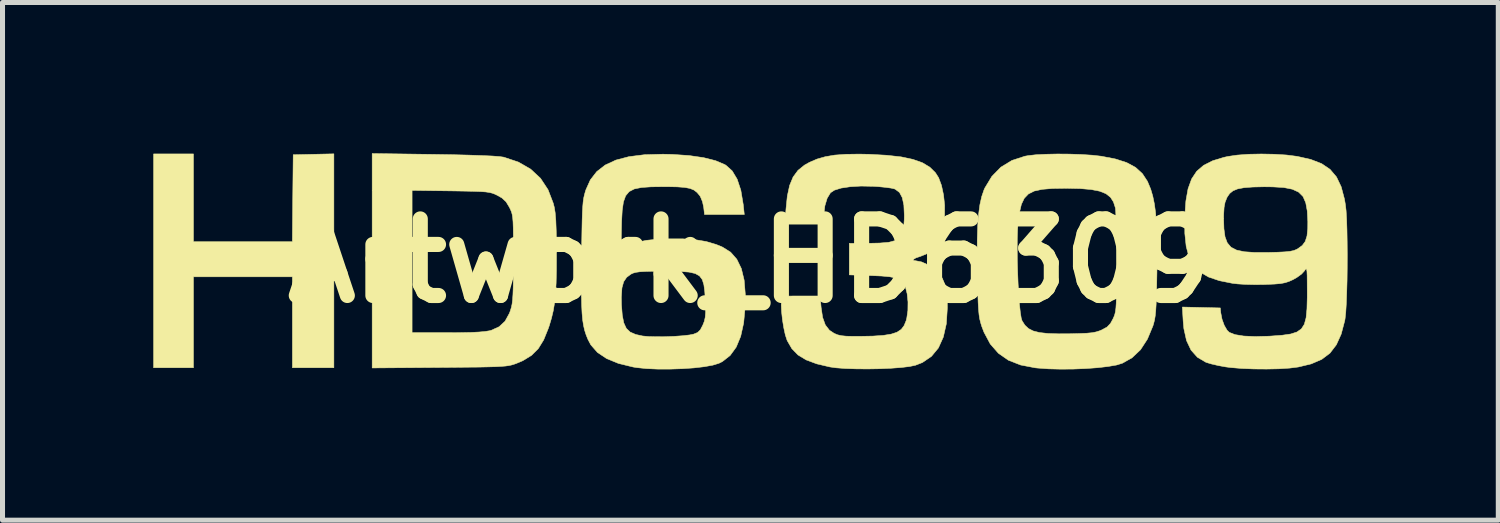
<source format=kicad_pcb>
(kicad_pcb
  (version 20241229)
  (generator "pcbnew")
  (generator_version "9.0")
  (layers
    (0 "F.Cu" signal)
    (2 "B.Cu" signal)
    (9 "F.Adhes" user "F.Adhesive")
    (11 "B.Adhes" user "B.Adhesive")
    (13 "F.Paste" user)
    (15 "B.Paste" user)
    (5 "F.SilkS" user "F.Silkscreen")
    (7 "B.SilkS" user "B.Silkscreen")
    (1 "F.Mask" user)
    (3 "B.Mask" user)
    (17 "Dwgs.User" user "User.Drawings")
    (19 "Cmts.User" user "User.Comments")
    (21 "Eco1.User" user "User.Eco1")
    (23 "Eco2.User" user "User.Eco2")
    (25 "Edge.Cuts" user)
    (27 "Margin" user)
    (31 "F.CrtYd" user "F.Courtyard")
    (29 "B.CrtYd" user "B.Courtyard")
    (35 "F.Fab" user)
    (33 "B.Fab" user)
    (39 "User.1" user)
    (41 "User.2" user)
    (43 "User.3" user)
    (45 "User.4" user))
  (footprint "Artwork_HD6309"
    (layer "F.Cu")
    (at 11.88 2.14)
    (property "Reference" "Artwork_HD6309" (at 0 0 0) (layer "F.SilkS") (effects (font (size 1.524 1.524) (thickness 0.3))))
    (attr through_hole)
    (fp_poly (pts (xy -8.287 2.127) (xy -9.112 2.127) (xy -9.112 0.318) (xy -11.081 0.318) (xy -11.081 2.127) (xy -11.874 2.127) (xy -11.874 -2.127) (xy -11.081 -2.127) (xy -11.081 -0.381) (xy -9.113 -0.381) (xy -9.105 -1.246) (xy -9.096 -2.111) (xy -8.692 -2.12) (xy -8.287 -2.129) (xy -8.287 2.127)) (stroke (width 0.01) (type solid)) (fill yes) (layer "F.SilkS"))
    (fp_poly (pts (xy -6.294 -2.118) (xy -5.925 -2.112) (xy -5.607 -2.104) (xy -5.345 -2.095) (xy -5.139 -2.086) (xy -4.993 -2.075) (xy -4.908 -2.063) (xy -4.905 -2.062) (xy -4.615 -1.965) (xy -4.372 -1.825) (xy -4.176 -1.643) (xy -4.026 -1.416) (xy -3.922 -1.146) (xy -3.901 -1.064) (xy -3.884 -0.957) (xy -3.871 -0.803) (xy -3.863 -0.596) (xy -3.859 -0.333) (xy -3.858 -0.111) (xy -3.859 0.192) (xy -3.865 0.442) (xy -3.877 0.651) (xy -3.895 0.829) (xy -3.921 0.988) (xy -3.957 1.139) (xy -4.002 1.291) (xy -4.021 1.346) (xy -4.113 1.573) (xy -4.221 1.748) (xy -4.355 1.881) (xy -4.527 1.986) (xy -4.656 2.041) (xy -4.704 2.058) (xy -4.751 2.072) (xy -4.806 2.084) (xy -4.873 2.093) (xy -4.96 2.1) (xy -5.072 2.106) (xy -5.218 2.11) (xy -5.402 2.114) (xy -5.631 2.116) (xy -5.912 2.119) (xy -6.183 2.121) (xy -7.525 2.131) (xy -7.525 1.429) (xy -6.731 1.429) (xy -6.022 1.429) (xy -5.761 1.428) (xy -5.555 1.424) (xy -5.396 1.416) (xy -5.277 1.405) (xy -5.189 1.391) (xy -5.156 1.382) (xy -4.999 1.311) (xy -4.881 1.201) (xy -4.794 1.042) (xy -4.773 0.984) (xy -4.755 0.924) (xy -4.741 0.857) (xy -4.731 0.775) (xy -4.724 0.669) (xy -4.719 0.53) (xy -4.716 0.351) (xy -4.715 0.122) (xy -4.715 -0.048) (xy -4.715 -0.303) (xy -4.716 -0.504) (xy -4.718 -0.657) (xy -4.722 -0.773) (xy -4.729 -0.858) (xy -4.739 -0.922) (xy -4.753 -0.973) (xy -4.772 -1.018) (xy -4.794 -1.064) (xy -4.861 -1.175) (xy -4.943 -1.251) (xy -5.032 -1.302) (xy -5.084 -1.327) (xy -5.134 -1.346) (xy -5.191 -1.36) (xy -5.264 -1.371) (xy -5.361 -1.378) (xy -5.493 -1.383) (xy -5.668 -1.387) (xy -5.895 -1.391) (xy -5.961 -1.392) (xy -6.731 -1.402) (xy -6.731 1.429) (xy -7.525 1.429) (xy -7.525 -2.135) (xy -6.294 -2.118)) (stroke (width 0.01) (type solid)) (fill yes) (layer "F.SilkS"))
    (fp_poly (pts (xy 6.351 -2.124) (xy 6.587 -2.116) (xy 6.802 -2.102) (xy 6.979 -2.082) (xy 6.985 -2.081) (xy 7.264 -2.027) (xy 7.487 -1.955) (xy 7.663 -1.86) (xy 7.799 -1.736) (xy 7.901 -1.581) (xy 7.965 -1.427) (xy 8.006 -1.288) (xy 8.038 -1.134) (xy 8.062 -0.959) (xy 8.079 -0.754) (xy 8.089 -0.511) (xy 8.093 -0.223) (xy 8.09 0.119) (xy 8.089 0.229) (xy 8.084 0.494) (xy 8.079 0.704) (xy 8.073 0.868) (xy 8.065 0.996) (xy 8.055 1.094) (xy 8.042 1.174) (xy 8.025 1.242) (xy 8.01 1.293) (xy 7.9 1.557) (xy 7.763 1.768) (xy 7.594 1.928) (xy 7.401 2.037) (xy 7.284 2.073) (xy 7.115 2.102) (xy 6.908 2.126) (xy 6.674 2.143) (xy 6.426 2.153) (xy 6.175 2.155) (xy 5.934 2.149) (xy 5.715 2.133) (xy 5.667 2.128) (xy 5.376 2.072) (xy 5.133 1.977) (xy 4.934 1.838) (xy 4.773 1.654) (xy 4.648 1.42) (xy 4.602 1.299) (xy 4.581 1.229) (xy 4.563 1.156) (xy 4.55 1.072) (xy 4.54 0.967) (xy 4.532 0.831) (xy 4.526 0.655) (xy 4.52 0.43) (xy 4.517 0.302) (xy 4.512 -0.085) (xy 4.513 -0.229) (xy 5.309 -0.229) (xy 5.311 -0.003) (xy 5.318 0.23) (xy 5.327 0.46) (xy 5.34 0.676) (xy 5.354 0.868) (xy 5.371 1.026) (xy 5.389 1.139) (xy 5.406 1.193) (xy 5.462 1.28) (xy 5.533 1.347) (xy 5.627 1.395) (xy 5.753 1.427) (xy 5.918 1.445) (xy 6.132 1.452) (xy 6.35 1.451) (xy 6.546 1.446) (xy 6.691 1.44) (xy 6.798 1.43) (xy 6.88 1.414) (xy 6.949 1.392) (xy 6.994 1.373) (xy 7.098 1.316) (xy 7.166 1.244) (xy 7.216 1.152) (xy 7.236 1.107) (xy 7.252 1.061) (xy 7.264 1.007) (xy 7.273 0.938) (xy 7.279 0.845) (xy 7.283 0.721) (xy 7.285 0.557) (xy 7.286 0.348) (xy 7.287 0.083) (xy 7.287 0.032) (xy 7.286 -0.216) (xy 7.284 -0.448) (xy 7.28 -0.656) (xy 7.275 -0.83) (xy 7.27 -0.961) (xy 7.264 -1.041) (xy 7.262 -1.055) (xy 7.224 -1.173) (xy 7.165 -1.265) (xy 7.075 -1.336) (xy 6.95 -1.386) (xy 6.782 -1.419) (xy 6.565 -1.438) (xy 6.292 -1.444) (xy 6.271 -1.444) (xy 6.01 -1.44) (xy 5.805 -1.423) (xy 5.648 -1.389) (xy 5.532 -1.331) (xy 5.449 -1.244) (xy 5.392 -1.124) (xy 5.354 -0.964) (xy 5.327 -0.763) (xy 5.316 -0.62) (xy 5.31 -0.438) (xy 5.309 -0.229) (xy 4.513 -0.229) (xy 4.514 -0.415) (xy 4.523 -0.693) (xy 4.541 -0.926) (xy 4.567 -1.119) (xy 4.603 -1.279) (xy 4.648 -1.411) (xy 4.664 -1.448) (xy 4.805 -1.681) (xy 4.984 -1.864) (xy 5.204 -1.998) (xy 5.462 -2.082) (xy 5.53 -2.094) (xy 5.682 -2.111) (xy 5.882 -2.121) (xy 6.11 -2.126) (xy 6.351 -2.124)) (stroke (width 0.01) (type solid)) (fill yes) (layer "F.SilkS"))
    (fp_poly (pts (xy 2.365 -2.12) (xy 2.71 -2.101) (xy 2.998 -2.069) (xy 3.234 -2.019) (xy 3.423 -1.952) (xy 3.57 -1.864) (xy 3.681 -1.755) (xy 3.746 -1.653) (xy 3.802 -1.502) (xy 3.843 -1.312) (xy 3.865 -1.107) (xy 3.864 -0.912) (xy 3.862 -0.891) (xy 3.822 -0.627) (xy 3.755 -0.418) (xy 3.658 -0.26) (xy 3.531 -0.15) (xy 3.386 -0.09) (xy 3.293 -0.059) (xy 3.244 -0.029) (xy 3.246 -0.008) (xy 3.299 0) (xy 3.405 0.021) (xy 3.53 0.077) (xy 3.652 0.155) (xy 3.738 0.234) (xy 3.818 0.345) (xy 3.872 0.474) (xy 3.905 0.633) (xy 3.918 0.836) (xy 3.919 0.937) (xy 3.899 1.251) (xy 3.839 1.516) (xy 3.741 1.733) (xy 3.602 1.901) (xy 3.423 2.023) (xy 3.285 2.077) (xy 3.167 2.102) (xy 3 2.122) (xy 2.796 2.137) (xy 2.569 2.147) (xy 2.333 2.151) (xy 2.101 2.149) (xy 1.887 2.142) (xy 1.704 2.128) (xy 1.583 2.111) (xy 1.319 2.049) (xy 1.11 1.971) (xy 0.948 1.873) (xy 0.826 1.748) (xy 0.736 1.593) (xy 0.73 1.58) (xy 0.695 1.473) (xy 0.664 1.33) (xy 0.638 1.17) (xy 0.621 1.012) (xy 0.614 0.876) (xy 0.621 0.781) (xy 0.623 0.775) (xy 0.633 0.743) (xy 0.652 0.721) (xy 0.691 0.708) (xy 0.762 0.701) (xy 0.875 0.699) (xy 1.015 0.699) (xy 1.388 0.699) (xy 1.407 0.923) (xy 1.437 1.125) (xy 1.491 1.275) (xy 1.574 1.382) (xy 1.667 1.443) (xy 1.733 1.471) (xy 1.809 1.489) (xy 1.907 1.499) (xy 2.043 1.502) (xy 2.179 1.502) (xy 2.44 1.497) (xy 2.645 1.483) (xy 2.802 1.458) (xy 2.918 1.42) (xy 3.002 1.364) (xy 3.059 1.288) (xy 3.099 1.19) (xy 3.112 1.139) (xy 3.134 0.987) (xy 3.136 0.817) (xy 3.119 0.654) (xy 3.085 0.521) (xy 3.07 0.489) (xy 3.028 0.423) (xy 2.971 0.375) (xy 2.889 0.34) (xy 2.774 0.317) (xy 2.615 0.302) (xy 2.405 0.293) (xy 1.968 0.279) (xy 1.968 -0.349) (xy 2.342 -0.349) (xy 2.574 -0.354) (xy 2.751 -0.369) (xy 2.879 -0.403) (xy 2.967 -0.46) (xy 3.022 -0.546) (xy 3.051 -0.667) (xy 3.062 -0.829) (xy 3.063 -0.905) (xy 3.054 -1.108) (xy 3.022 -1.258) (xy 2.967 -1.361) (xy 2.884 -1.424) (xy 2.864 -1.433) (xy 2.796 -1.448) (xy 2.684 -1.463) (xy 2.543 -1.477) (xy 2.445 -1.483) (xy 2.202 -1.488) (xy 1.986 -1.475) (xy 1.806 -1.448) (xy 1.671 -1.406) (xy 1.594 -1.355) (xy 1.528 -1.246) (xy 1.482 -1.094) (xy 1.461 -0.916) (xy 1.461 -0.881) (xy 1.46 -0.73) (xy 1.075 -0.73) (xy 0.689 -0.73) (xy 0.708 -1.024) (xy 0.735 -1.289) (xy 0.781 -1.501) (xy 0.85 -1.668) (xy 0.947 -1.8) (xy 1.077 -1.905) (xy 1.175 -1.96) (xy 1.326 -2.025) (xy 1.49 -2.072) (xy 1.677 -2.104) (xy 1.898 -2.12) (xy 2.164 -2.124) (xy 2.365 -2.12)) (stroke (width 0.01) (type solid)) (fill yes) (layer "F.SilkS"))
    (fp_poly (pts (xy -1.556 -2.118) (xy -1.219 -2.095) (xy -0.93 -2.053) (xy -0.692 -1.993) (xy -0.511 -1.916) (xy -0.488 -1.903) (xy -0.362 -1.79) (xy -0.263 -1.625) (xy -0.19 -1.406) (xy -0.144 -1.131) (xy -0.142 -1.119) (xy -0.121 -0.921) (xy -0.912 -0.921) (xy -0.929 -1.067) (xy -0.953 -1.177) (xy -0.993 -1.274) (xy -1.007 -1.297) (xy -1.062 -1.362) (xy -1.123 -1.409) (xy -1.201 -1.441) (xy -1.307 -1.461) (xy -1.452 -1.472) (xy -1.645 -1.476) (xy -1.73 -1.476) (xy -1.975 -1.473) (xy -2.165 -1.46) (xy -2.309 -1.431) (xy -2.412 -1.378) (xy -2.482 -1.294) (xy -2.526 -1.172) (xy -2.55 -1.005) (xy -2.562 -0.786) (xy -2.566 -0.619) (xy -2.576 -0.079) (xy -2.479 -0.195) (xy -2.401 -0.275) (xy -2.314 -0.336) (xy -2.207 -0.379) (xy -2.07 -0.408) (xy -1.891 -0.426) (xy -1.66 -0.437) (xy -1.651 -0.437) (xy -1.35 -0.438) (xy -1.097 -0.421) (xy -0.878 -0.384) (xy -0.681 -0.326) (xy -0.555 -0.274) (xy -0.394 -0.173) (xy -0.27 -0.032) (xy -0.18 0.153) (xy -0.124 0.384) (xy -0.101 0.665) (xy -0.104 0.917) (xy -0.134 1.237) (xy -0.193 1.503) (xy -0.282 1.717) (xy -0.403 1.883) (xy -0.556 2.003) (xy -0.625 2.038) (xy -0.746 2.075) (xy -0.917 2.106) (xy -1.124 2.13) (xy -1.356 2.146) (xy -1.599 2.154) (xy -1.839 2.154) (xy -2.065 2.144) (xy -2.261 2.124) (xy -2.334 2.112) (xy -2.625 2.041) (xy -2.861 1.944) (xy -3.043 1.822) (xy -3.175 1.671) (xy -3.232 1.563) (xy -3.268 1.474) (xy -3.297 1.385) (xy -3.319 1.288) (xy -3.337 1.176) (xy -3.349 1.042) (xy -3.357 0.878) (xy -3.361 0.7) (xy -2.568 0.7) (xy -2.565 0.873) (xy -2.549 1.08) (xy -2.519 1.234) (xy -2.469 1.343) (xy -2.392 1.417) (xy -2.282 1.465) (xy -2.145 1.495) (xy -2.029 1.506) (xy -1.873 1.51) (xy -1.695 1.509) (xy -1.513 1.502) (xy -1.344 1.49) (xy -1.207 1.474) (xy -1.132 1.459) (xy -1.05 1.426) (xy -0.995 1.372) (xy -0.946 1.278) (xy -0.916 1.202) (xy -0.899 1.125) (xy -0.891 1.03) (xy -0.892 0.9) (xy -0.896 0.796) (xy -0.907 0.616) (xy -0.925 0.476) (xy -0.957 0.373) (xy -1.012 0.3) (xy -1.097 0.252) (xy -1.22 0.224) (xy -1.387 0.211) (xy -1.607 0.207) (xy -1.73 0.206) (xy -1.935 0.207) (xy -2.087 0.211) (xy -2.197 0.217) (xy -2.275 0.228) (xy -2.333 0.244) (xy -2.376 0.264) (xy -2.462 0.328) (xy -2.521 0.415) (xy -2.555 0.536) (xy -2.568 0.7) (xy -3.361 0.7) (xy -3.361 0.677) (xy -3.362 0.433) (xy -3.361 0.137) (xy -3.358 -0.081) (xy -3.355 -0.378) (xy -3.351 -0.619) (xy -3.347 -0.812) (xy -3.342 -0.964) (xy -3.335 -1.082) (xy -3.327 -1.175) (xy -3.316 -1.25) (xy -3.302 -1.313) (xy -3.285 -1.374) (xy -3.273 -1.413) (xy -3.184 -1.611) (xy -3.057 -1.775) (xy -2.889 -1.906) (xy -2.676 -2.005) (xy -2.416 -2.073) (xy -2.105 -2.112) (xy -1.741 -2.122) (xy -1.556 -2.118)) (stroke (width 0.01) (type solid)) (fill yes) (layer "F.SilkS"))
    (fp_poly (pts (xy 10.424 -2.121) (xy 10.667 -2.106) (xy 10.877 -2.079) (xy 10.878 -2.079) (xy 11.149 -2.018) (xy 11.366 -1.934) (xy 11.534 -1.82) (xy 11.662 -1.669) (xy 11.755 -1.474) (xy 11.82 -1.23) (xy 11.839 -1.118) (xy 11.853 -0.996) (xy 11.863 -0.824) (xy 11.87 -0.614) (xy 11.874 -0.376) (xy 11.876 -0.122) (xy 11.875 0.139) (xy 11.872 0.395) (xy 11.865 0.635) (xy 11.857 0.849) (xy 11.846 1.026) (xy 11.832 1.154) (xy 11.826 1.19) (xy 11.755 1.458) (xy 11.659 1.67) (xy 11.532 1.836) (xy 11.368 1.96) (xy 11.159 2.05) (xy 10.902 2.112) (xy 10.73 2.134) (xy 10.513 2.148) (xy 10.269 2.153) (xy 10.017 2.151) (xy 9.774 2.141) (xy 9.559 2.123) (xy 9.457 2.11) (xy 9.314 2.084) (xy 9.179 2.053) (xy 9.078 2.023) (xy 9.06 2.016) (xy 8.894 1.918) (xy 8.767 1.775) (xy 8.678 1.587) (xy 8.625 1.349) (xy 8.611 1.198) (xy 8.595 0.919) (xy 8.973 0.928) (xy 9.35 0.937) (xy 9.359 1.032) (xy 9.384 1.161) (xy 9.429 1.285) (xy 9.486 1.382) (xy 9.528 1.423) (xy 9.643 1.468) (xy 9.816 1.496) (xy 10.043 1.506) (xy 10.319 1.499) (xy 10.366 1.496) (xy 10.581 1.48) (xy 10.749 1.456) (xy 10.874 1.416) (xy 10.963 1.354) (xy 11.022 1.262) (xy 11.057 1.132) (xy 11.074 0.957) (xy 11.08 0.73) (xy 11.08 0.611) (xy 11.079 0.423) (xy 11.078 0.292) (xy 11.074 0.209) (xy 11.067 0.168) (xy 11.056 0.159) (xy 11.039 0.176) (xy 11.024 0.2) (xy 10.966 0.263) (xy 10.872 0.331) (xy 10.796 0.374) (xy 10.715 0.41) (xy 10.638 0.435) (xy 10.548 0.452) (xy 10.43 0.462) (xy 10.268 0.469) (xy 10.224 0.471) (xy 10.044 0.473) (xy 9.86 0.469) (xy 9.697 0.459) (xy 9.593 0.447) (xy 9.329 0.394) (xy 9.114 0.321) (xy 8.945 0.221) (xy 8.817 0.09) (xy 8.727 -0.077) (xy 8.671 -0.288) (xy 8.644 -0.546) (xy 8.643 -0.841) (xy 9.416 -0.841) (xy 9.422 -0.638) (xy 9.444 -0.478) (xy 9.489 -0.358) (xy 9.563 -0.271) (xy 9.674 -0.214) (xy 9.827 -0.181) (xy 10.03 -0.167) (xy 10.289 -0.167) (xy 10.304 -0.167) (xy 10.496 -0.172) (xy 10.636 -0.179) (xy 10.736 -0.189) (xy 10.808 -0.204) (xy 10.864 -0.226) (xy 10.892 -0.241) (xy 10.981 -0.306) (xy 11.04 -0.386) (xy 11.075 -0.495) (xy 11.09 -0.645) (xy 11.091 -0.783) (xy 11.08 -0.993) (xy 11.05 -1.156) (xy 10.996 -1.28) (xy 10.909 -1.367) (xy 10.784 -1.425) (xy 10.614 -1.459) (xy 10.392 -1.472) (xy 10.223 -1.474) (xy 9.997 -1.469) (xy 9.824 -1.456) (xy 9.696 -1.432) (xy 9.603 -1.394) (xy 9.536 -1.34) (xy 9.486 -1.267) (xy 9.479 -1.252) (xy 9.445 -1.166) (xy 9.425 -1.061) (xy 9.417 -0.92) (xy 9.416 -0.841) (xy 8.643 -0.841) (xy 8.642 -0.858) (xy 8.644 -0.892) (xy 8.665 -1.19) (xy 8.708 -1.433) (xy 8.779 -1.629) (xy 8.881 -1.783) (xy 9.019 -1.901) (xy 9.199 -1.992) (xy 9.424 -2.06) (xy 9.502 -2.077) (xy 9.686 -2.104) (xy 9.914 -2.121) (xy 10.167 -2.126) (xy 10.424 -2.121)) (stroke (width 0.01) (type solid)) (fill yes) (layer "F.SilkS")))
  (gr_rect
    (start -3 -3)
    (end 26.761 7.3)
    (stroke (width 0.1) (type default))
    (fill no)
    (layer "Edge.Cuts")))
</source>
